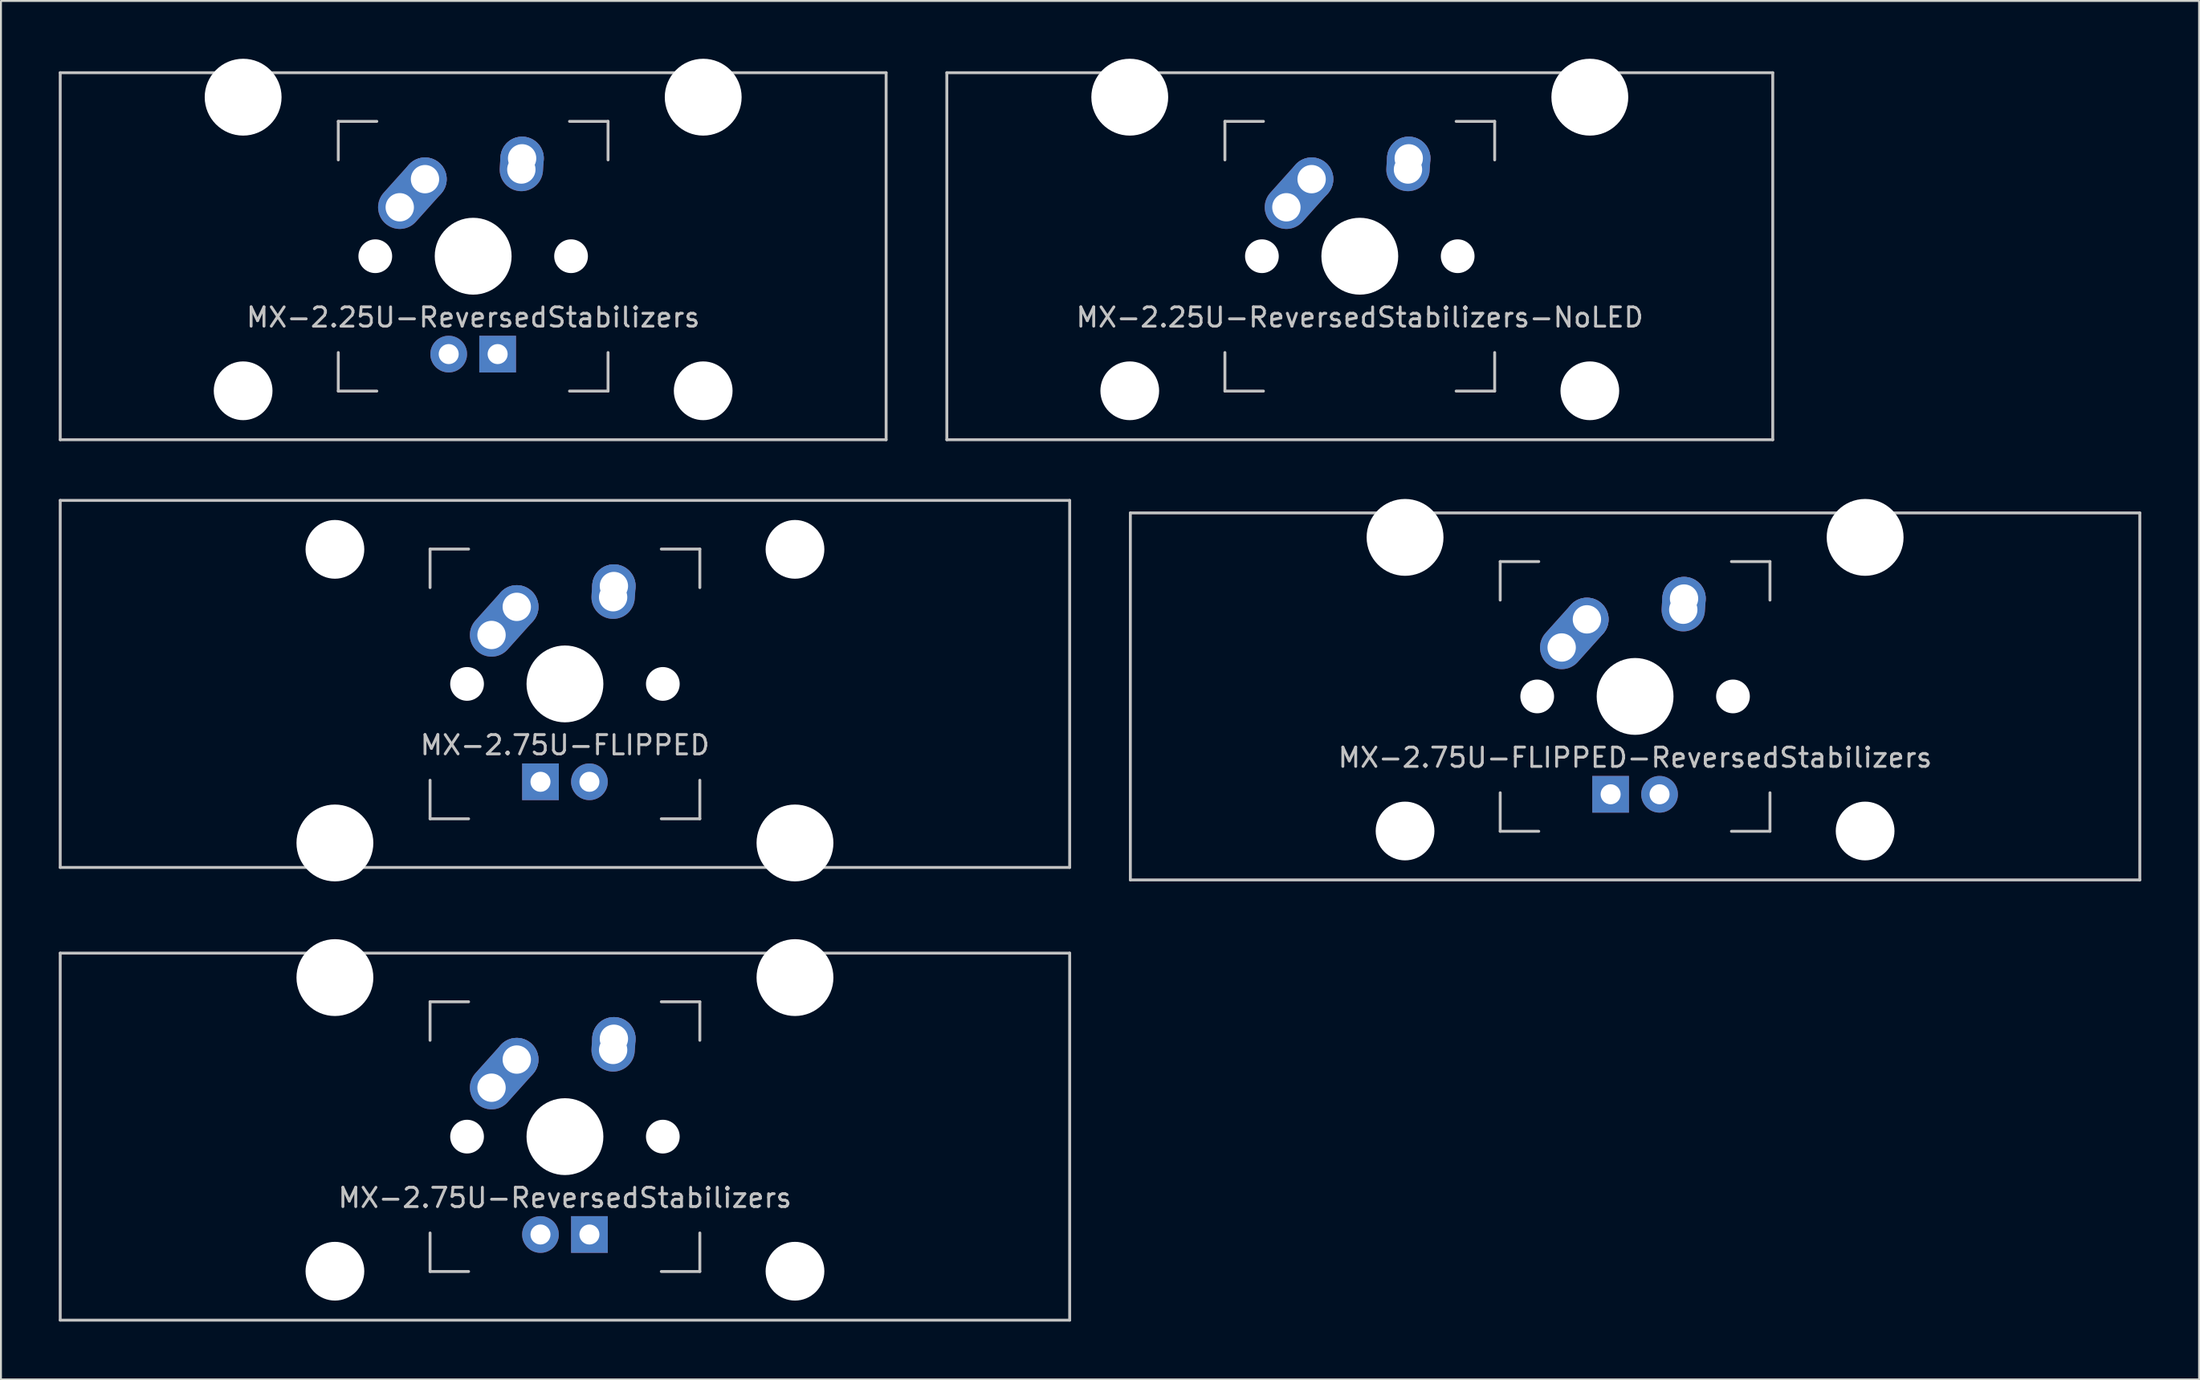
<source format=kicad_pcb>
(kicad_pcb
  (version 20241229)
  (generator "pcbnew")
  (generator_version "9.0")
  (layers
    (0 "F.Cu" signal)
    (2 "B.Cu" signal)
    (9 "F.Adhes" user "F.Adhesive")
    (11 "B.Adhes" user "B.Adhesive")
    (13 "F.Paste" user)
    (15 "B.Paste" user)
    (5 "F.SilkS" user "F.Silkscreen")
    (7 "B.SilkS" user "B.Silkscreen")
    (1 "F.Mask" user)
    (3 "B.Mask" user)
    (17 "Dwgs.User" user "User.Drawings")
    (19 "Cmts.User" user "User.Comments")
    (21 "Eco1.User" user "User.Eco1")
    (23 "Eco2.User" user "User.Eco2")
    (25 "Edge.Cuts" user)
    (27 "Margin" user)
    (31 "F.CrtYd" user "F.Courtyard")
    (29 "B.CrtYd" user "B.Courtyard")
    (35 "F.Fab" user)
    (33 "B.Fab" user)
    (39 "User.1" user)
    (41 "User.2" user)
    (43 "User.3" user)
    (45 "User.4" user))
  (footprint "MX-2.75U-FLIPPED"
    (layer "F.Cu")
    (at 26.269 32.449)
    (property "Reference" "MX-2.75U-FLIPPED" (at 0 3.175 0) (layer "Dwgs.User") (effects (font (size 1 1) (thickness 0.15))))
    (attr through_hole)
    (fp_line (start -26.194 -9.525) (end 26.194 -9.525) (stroke (width 0.15) (type solid)) (layer "Dwgs.User"))
    (fp_line (start -26.194 9.525) (end -26.194 -9.525) (stroke (width 0.15) (type solid)) (layer "Dwgs.User"))
    (fp_line (start -26.194 9.525) (end 26.194 9.525) (stroke (width 0.15) (type solid)) (layer "Dwgs.User"))
    (fp_line (start -7 -7) (end -7 -5) (stroke (width 0.15) (type solid)) (layer "Dwgs.User"))
    (fp_line (start -7 5) (end -7 7) (stroke (width 0.15) (type solid)) (layer "Dwgs.User"))
    (fp_line (start -7 7) (end -5 7) (stroke (width 0.15) (type solid)) (layer "Dwgs.User"))
    (fp_line (start -5 -7) (end -7 -7) (stroke (width 0.15) (type solid)) (layer "Dwgs.User"))
    (fp_line (start 5 -7) (end 7 -7) (stroke (width 0.15) (type solid)) (layer "Dwgs.User"))
    (fp_line (start 5 7) (end 7 7) (stroke (width 0.15) (type solid)) (layer "Dwgs.User"))
    (fp_line (start 7 -7) (end 7 -5) (stroke (width 0.15) (type solid)) (layer "Dwgs.User"))
    (fp_line (start 7 7) (end 7 5) (stroke (width 0.15) (type solid)) (layer "Dwgs.User"))
    (fp_line (start 26.194 -9.525) (end 26.194 9.525) (stroke (width 0.15) (type solid)) (layer "Dwgs.User"))
    (pad "" np_thru_hole circle (at -11.938 -6.985) (size 3.048 3.048) (drill 3.048) (layers "*.Cu" "*.Mask"))
    (pad "" np_thru_hole circle (at -11.938 8.255) (size 3.988 3.988) (drill 3.988) (layers "*.Cu" "*.Mask"))
    (pad "" np_thru_hole circle (at -5.08 0 48.1) (size 1.75 1.75) (drill 1.75) (layers "*.Cu" "*.Mask"))
    (pad "" np_thru_hole circle (at 0 0) (size 3.988 3.988) (drill 3.988) (layers "*.Cu" "*.Mask"))
    (pad "" np_thru_hole circle (at 5.08 0 48.1) (size 1.75 1.75) (drill 1.75) (layers "*.Cu" "*.Mask"))
    (pad "" np_thru_hole circle (at 11.938 -6.985) (size 3.048 3.048) (drill 3.048) (layers "*.Cu" "*.Mask"))
    (pad "" np_thru_hole circle (at 11.938 8.255) (size 3.988 3.988) (drill 3.988) (layers "*.Cu" "*.Mask"))
    (pad "1" thru_hole oval (at -3.81 -2.54 48.1) (size 4.212 2.25) (drill 1.47 (offset 0.981 0)) (layers "*.Cu" "*.Mask"))
    (pad "1" thru_hole circle (at -2.5 -4) (size 2.25 2.25) (drill 1.47) (layers "*.Cu" "*.Mask"))
    (pad "2" thru_hole oval (at 2.5 -4.5 86.055) (size 2.831 2.25) (drill 1.47 (offset 0.291 0)) (layers "*.Cu" "*.Mask"))
    (pad "2" thru_hole circle (at 2.54 -5.08) (size 2.25 2.25) (drill 1.47) (layers "*.Cu" "*.Mask"))
    (pad "3" thru_hole circle (at 1.27 5.08) (size 1.905 1.905) (drill 1.04) (layers "*.Cu" "*.Mask"))
    (pad "4" thru_hole rect (at -1.27 5.08) (size 1.905 1.905) (drill 1.04) (layers "*.Cu" "*.Mask")))
  (footprint "MX-2.75U-FLIPPED-ReversedStabilizers"
    (layer "F.Cu")
    (at 81.806 33.098)
    (property "Reference" "MX-2.75U-FLIPPED-ReversedStabilizers" (at 0 3.175 0) (layer "Dwgs.User") (effects (font (size 1 1) (thickness 0.15))))
    (attr through_hole)
    (fp_line (start -26.194 -9.525) (end 26.194 -9.525) (stroke (width 0.15) (type solid)) (layer "Dwgs.User"))
    (fp_line (start -26.194 9.525) (end -26.194 -9.525) (stroke (width 0.15) (type solid)) (layer "Dwgs.User"))
    (fp_line (start -26.194 9.525) (end 26.194 9.525) (stroke (width 0.15) (type solid)) (layer "Dwgs.User"))
    (fp_line (start -7 -7) (end -7 -5) (stroke (width 0.15) (type solid)) (layer "Dwgs.User"))
    (fp_line (start -7 5) (end -7 7) (stroke (width 0.15) (type solid)) (layer "Dwgs.User"))
    (fp_line (start -7 7) (end -5 7) (stroke (width 0.15) (type solid)) (layer "Dwgs.User"))
    (fp_line (start -5 -7) (end -7 -7) (stroke (width 0.15) (type solid)) (layer "Dwgs.User"))
    (fp_line (start 5 -7) (end 7 -7) (stroke (width 0.15) (type solid)) (layer "Dwgs.User"))
    (fp_line (start 5 7) (end 7 7) (stroke (width 0.15) (type solid)) (layer "Dwgs.User"))
    (fp_line (start 7 -7) (end 7 -5) (stroke (width 0.15) (type solid)) (layer "Dwgs.User"))
    (fp_line (start 7 7) (end 7 5) (stroke (width 0.15) (type solid)) (layer "Dwgs.User"))
    (fp_line (start 26.194 -9.525) (end 26.194 9.525) (stroke (width 0.15) (type solid)) (layer "Dwgs.User"))
    (pad "" np_thru_hole circle (at -11.938 -8.255) (size 3.988 3.988) (drill 3.988) (layers "*.Cu" "*.Mask"))
    (pad "" np_thru_hole circle (at -11.938 6.985) (size 3.048 3.048) (drill 3.048) (layers "*.Cu" "*.Mask"))
    (pad "" np_thru_hole circle (at -5.08 0 48.1) (size 1.75 1.75) (drill 1.75) (layers "*.Cu" "*.Mask"))
    (pad "" np_thru_hole circle (at 0 0) (size 3.988 3.988) (drill 3.988) (layers "*.Cu" "*.Mask"))
    (pad "" np_thru_hole circle (at 5.08 0 48.1) (size 1.75 1.75) (drill 1.75) (layers "*.Cu" "*.Mask"))
    (pad "" np_thru_hole circle (at 11.938 -8.255) (size 3.988 3.988) (drill 3.988) (layers "*.Cu" "*.Mask"))
    (pad "" np_thru_hole circle (at 11.938 6.985) (size 3.048 3.048) (drill 3.048) (layers "*.Cu" "*.Mask"))
    (pad "1" thru_hole oval (at -3.81 -2.54 48.1) (size 4.212 2.25) (drill 1.47 (offset 0.981 0)) (layers "*.Cu" "*.Mask"))
    (pad "1" thru_hole circle (at -2.5 -4) (size 2.25 2.25) (drill 1.47) (layers "*.Cu" "*.Mask"))
    (pad "2" thru_hole oval (at 2.5 -4.5 86.055) (size 2.831 2.25) (drill 1.47 (offset 0.291 0)) (layers "*.Cu" "*.Mask"))
    (pad "2" thru_hole circle (at 2.54 -5.08) (size 2.25 2.25) (drill 1.47) (layers "*.Cu" "*.Mask"))
    (pad "3" thru_hole circle (at 1.27 5.08) (size 1.905 1.905) (drill 1.04) (layers "*.Cu" "*.Mask"))
    (pad "4" thru_hole rect (at -1.27 5.08) (size 1.905 1.905) (drill 1.04) (layers "*.Cu" "*.Mask")))
  (footprint "MX-2.25U-ReversedStabilizers-NoLED"
    (layer "F.Cu")
    (at 67.519 10.249)
    (property "Reference" "MX-2.25U-ReversedStabilizers-NoLED" (at 0 3.175 0) (layer "Dwgs.User") (effects (font (size 1 1) (thickness 0.15))))
    (attr through_hole)
    (fp_line (start -21.431 -9.525) (end 21.431 -9.525) (stroke (width 0.15) (type solid)) (layer "Dwgs.User"))
    (fp_line (start -21.431 9.525) (end -21.431 -9.525) (stroke (width 0.15) (type solid)) (layer "Dwgs.User"))
    (fp_line (start -21.431 9.525) (end 21.431 9.525) (stroke (width 0.15) (type solid)) (layer "Dwgs.User"))
    (fp_line (start -7 -7) (end -7 -5) (stroke (width 0.15) (type solid)) (layer "Dwgs.User"))
    (fp_line (start -7 5) (end -7 7) (stroke (width 0.15) (type solid)) (layer "Dwgs.User"))
    (fp_line (start -7 7) (end -5 7) (stroke (width 0.15) (type solid)) (layer "Dwgs.User"))
    (fp_line (start -5 -7) (end -7 -7) (stroke (width 0.15) (type solid)) (layer "Dwgs.User"))
    (fp_line (start 5 -7) (end 7 -7) (stroke (width 0.15) (type solid)) (layer "Dwgs.User"))
    (fp_line (start 5 7) (end 7 7) (stroke (width 0.15) (type solid)) (layer "Dwgs.User"))
    (fp_line (start 7 -7) (end 7 -5) (stroke (width 0.15) (type solid)) (layer "Dwgs.User"))
    (fp_line (start 7 7) (end 7 5) (stroke (width 0.15) (type solid)) (layer "Dwgs.User"))
    (fp_line (start 21.431 -9.525) (end 21.431 9.525) (stroke (width 0.15) (type solid)) (layer "Dwgs.User"))
    (pad "" np_thru_hole circle (at -11.938 -8.255) (size 3.988 3.988) (drill 3.988) (layers "*.Cu" "*.Mask"))
    (pad "" np_thru_hole circle (at -11.938 6.985) (size 3.048 3.048) (drill 3.048) (layers "*.Cu" "*.Mask"))
    (pad "" np_thru_hole circle (at -5.08 0 48.1) (size 1.75 1.75) (drill 1.75) (layers "*.Cu" "*.Mask"))
    (pad "" np_thru_hole circle (at 0 0) (size 3.988 3.988) (drill 3.988) (layers "*.Cu" "*.Mask"))
    (pad "" np_thru_hole circle (at 5.08 0 48.1) (size 1.75 1.75) (drill 1.75) (layers "*.Cu" "*.Mask"))
    (pad "" np_thru_hole circle (at 11.938 -8.255) (size 3.988 3.988) (drill 3.988) (layers "*.Cu" "*.Mask"))
    (pad "" np_thru_hole circle (at 11.938 6.985) (size 3.048 3.048) (drill 3.048) (layers "*.Cu" "*.Mask"))
    (pad "1" thru_hole oval (at -3.81 -2.54 48.1) (size 4.212 2.25) (drill 1.47 (offset 0.981 0)) (layers "*.Cu" "*.Mask"))
    (pad "1" thru_hole circle (at -2.5 -4) (size 2.25 2.25) (drill 1.47) (layers "*.Cu" "*.Mask"))
    (pad "2" thru_hole oval (at 2.5 -4.5 86.055) (size 2.831 2.25) (drill 1.47 (offset 0.291 0)) (layers "*.Cu" "*.Mask"))
    (pad "2" thru_hole circle (at 2.54 -5.08) (size 2.25 2.25) (drill 1.47) (layers "*.Cu" "*.Mask")))
  (footprint "MX-2.25U-ReversedStabilizers"
    (layer "F.Cu")
    (at 21.506 10.249)
    (property "Reference" "MX-2.25U-ReversedStabilizers" (at 0 3.175 0) (layer "Dwgs.User") (effects (font (size 1 1) (thickness 0.15))))
    (attr through_hole)
    (fp_line (start -21.431 -9.525) (end 21.431 -9.525) (stroke (width 0.15) (type solid)) (layer "Dwgs.User"))
    (fp_line (start -21.431 9.525) (end -21.431 -9.525) (stroke (width 0.15) (type solid)) (layer "Dwgs.User"))
    (fp_line (start -21.431 9.525) (end 21.431 9.525) (stroke (width 0.15) (type solid)) (layer "Dwgs.User"))
    (fp_line (start -7 -7) (end -7 -5) (stroke (width 0.15) (type solid)) (layer "Dwgs.User"))
    (fp_line (start -7 5) (end -7 7) (stroke (width 0.15) (type solid)) (layer "Dwgs.User"))
    (fp_line (start -7 7) (end -5 7) (stroke (width 0.15) (type solid)) (layer "Dwgs.User"))
    (fp_line (start -5 -7) (end -7 -7) (stroke (width 0.15) (type solid)) (layer "Dwgs.User"))
    (fp_line (start 5 -7) (end 7 -7) (stroke (width 0.15) (type solid)) (layer "Dwgs.User"))
    (fp_line (start 5 7) (end 7 7) (stroke (width 0.15) (type solid)) (layer "Dwgs.User"))
    (fp_line (start 7 -7) (end 7 -5) (stroke (width 0.15) (type solid)) (layer "Dwgs.User"))
    (fp_line (start 7 7) (end 7 5) (stroke (width 0.15) (type solid)) (layer "Dwgs.User"))
    (fp_line (start 21.431 -9.525) (end 21.431 9.525) (stroke (width 0.15) (type solid)) (layer "Dwgs.User"))
    (pad "" np_thru_hole circle (at -11.938 -8.255) (size 3.988 3.988) (drill 3.988) (layers "*.Cu" "*.Mask"))
    (pad "" np_thru_hole circle (at -11.938 6.985) (size 3.048 3.048) (drill 3.048) (layers "*.Cu" "*.Mask"))
    (pad "" np_thru_hole circle (at -5.08 0 48.1) (size 1.75 1.75) (drill 1.75) (layers "*.Cu" "*.Mask"))
    (pad "" np_thru_hole circle (at 0 0) (size 3.988 3.988) (drill 3.988) (layers "*.Cu" "*.Mask"))
    (pad "" np_thru_hole circle (at 5.08 0 48.1) (size 1.75 1.75) (drill 1.75) (layers "*.Cu" "*.Mask"))
    (pad "" np_thru_hole circle (at 11.938 -8.255) (size 3.988 3.988) (drill 3.988) (layers "*.Cu" "*.Mask"))
    (pad "" np_thru_hole circle (at 11.938 6.985) (size 3.048 3.048) (drill 3.048) (layers "*.Cu" "*.Mask"))
    (pad "1" thru_hole oval (at -3.81 -2.54 48.1) (size 4.212 2.25) (drill 1.47 (offset 0.981 0)) (layers "*.Cu" "*.Mask"))
    (pad "1" thru_hole circle (at -2.5 -4) (size 2.25 2.25) (drill 1.47) (layers "*.Cu" "*.Mask"))
    (pad "2" thru_hole oval (at 2.5 -4.5 86.055) (size 2.831 2.25) (drill 1.47 (offset 0.291 0)) (layers "*.Cu" "*.Mask"))
    (pad "2" thru_hole circle (at 2.54 -5.08) (size 2.25 2.25) (drill 1.47) (layers "*.Cu" "*.Mask"))
    (pad "3" thru_hole circle (at -1.27 5.08) (size 1.905 1.905) (drill 1.04) (layers "*.Cu" "*.Mask"))
    (pad "4" thru_hole rect (at 1.27 5.08) (size 1.905 1.905) (drill 1.04) (layers "*.Cu" "*.Mask")))
  (footprint "MX-2.75U-ReversedStabilizers"
    (layer "F.Cu")
    (at 26.269 55.947)
    (property "Reference" "MX-2.75U-ReversedStabilizers" (at 0 3.175 0) (layer "Dwgs.User") (effects (font (size 1 1) (thickness 0.15))))
    (attr through_hole)
    (fp_line (start -26.194 -9.525) (end 26.194 -9.525) (stroke (width 0.15) (type solid)) (layer "Dwgs.User"))
    (fp_line (start -26.194 9.525) (end -26.194 -9.525) (stroke (width 0.15) (type solid)) (layer "Dwgs.User"))
    (fp_line (start -26.194 9.525) (end 26.194 9.525) (stroke (width 0.15) (type solid)) (layer "Dwgs.User"))
    (fp_line (start -7 -7) (end -7 -5) (stroke (width 0.15) (type solid)) (layer "Dwgs.User"))
    (fp_line (start -7 5) (end -7 7) (stroke (width 0.15) (type solid)) (layer "Dwgs.User"))
    (fp_line (start -7 7) (end -5 7) (stroke (width 0.15) (type solid)) (layer "Dwgs.User"))
    (fp_line (start -5 -7) (end -7 -7) (stroke (width 0.15) (type solid)) (layer "Dwgs.User"))
    (fp_line (start 5 -7) (end 7 -7) (stroke (width 0.15) (type solid)) (layer "Dwgs.User"))
    (fp_line (start 5 7) (end 7 7) (stroke (width 0.15) (type solid)) (layer "Dwgs.User"))
    (fp_line (start 7 -7) (end 7 -5) (stroke (width 0.15) (type solid)) (layer "Dwgs.User"))
    (fp_line (start 7 7) (end 7 5) (stroke (width 0.15) (type solid)) (layer "Dwgs.User"))
    (fp_line (start 26.194 -9.525) (end 26.194 9.525) (stroke (width 0.15) (type solid)) (layer "Dwgs.User"))
    (pad "" np_thru_hole circle (at -11.938 -8.255) (size 3.988 3.988) (drill 3.988) (layers "*.Cu" "*.Mask"))
    (pad "" np_thru_hole circle (at -11.938 6.985) (size 3.048 3.048) (drill 3.048) (layers "*.Cu" "*.Mask"))
    (pad "" np_thru_hole circle (at -5.08 0 48.1) (size 1.75 1.75) (drill 1.75) (layers "*.Cu" "*.Mask"))
    (pad "" np_thru_hole circle (at 0 0) (size 3.988 3.988) (drill 3.988) (layers "*.Cu" "*.Mask"))
    (pad "" np_thru_hole circle (at 5.08 0 48.1) (size 1.75 1.75) (drill 1.75) (layers "*.Cu" "*.Mask"))
    (pad "" np_thru_hole circle (at 11.938 -8.255) (size 3.988 3.988) (drill 3.988) (layers "*.Cu" "*.Mask"))
    (pad "" np_thru_hole circle (at 11.938 6.985) (size 3.048 3.048) (drill 3.048) (layers "*.Cu" "*.Mask"))
    (pad "1" thru_hole oval (at -3.81 -2.54 48.1) (size 4.212 2.25) (drill 1.47 (offset 0.981 0)) (layers "*.Cu" "*.Mask"))
    (pad "1" thru_hole circle (at -2.5 -4) (size 2.25 2.25) (drill 1.47) (layers "*.Cu" "*.Mask"))
    (pad "2" thru_hole oval (at 2.5 -4.5 86.055) (size 2.831 2.25) (drill 1.47 (offset 0.291 0)) (layers "*.Cu" "*.Mask"))
    (pad "2" thru_hole circle (at 2.54 -5.08) (size 2.25 2.25) (drill 1.47) (layers "*.Cu" "*.Mask"))
    (pad "3" thru_hole circle (at -1.27 5.08) (size 1.905 1.905) (drill 1.04) (layers "*.Cu" "*.Mask"))
    (pad "4" thru_hole rect (at 1.27 5.08) (size 1.905 1.905) (drill 1.04) (layers "*.Cu" "*.Mask")))
  (gr_rect
    (start -3 -3)
    (end 111.075 68.547)
    (stroke (width 0.1) (type default))
    (fill no)
    (layer "Edge.Cuts")))
</source>
